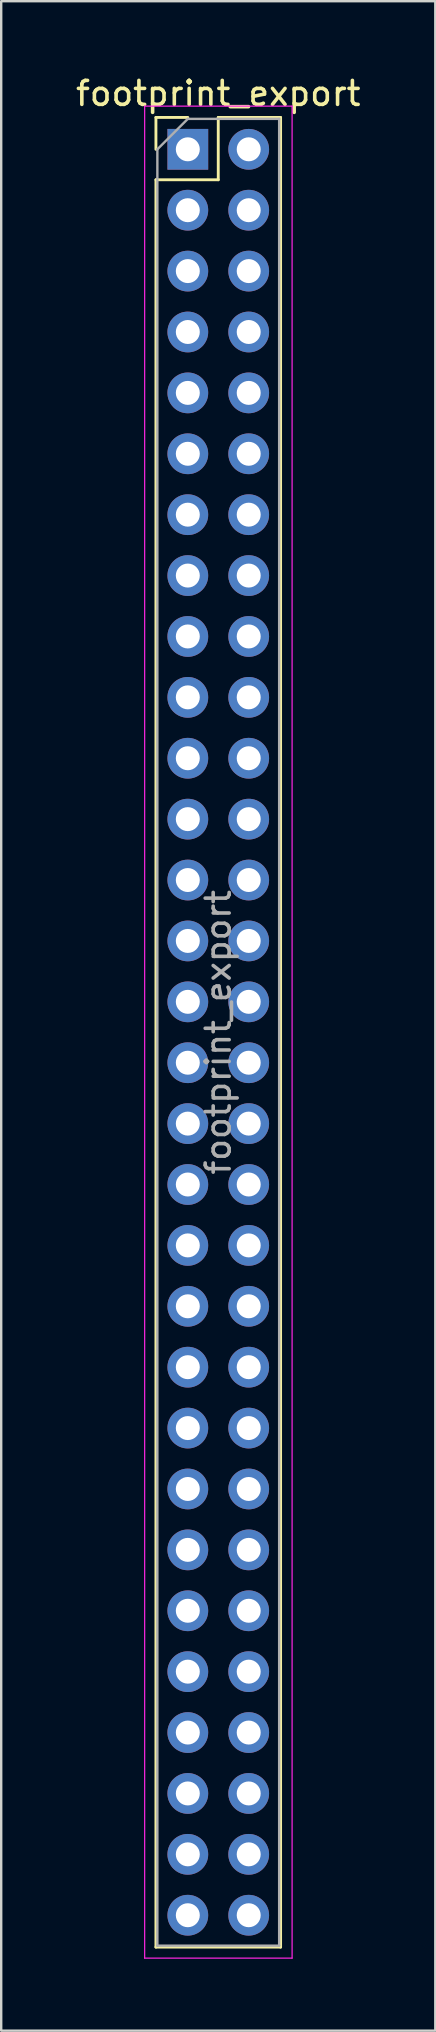
<source format=kicad_pcb>
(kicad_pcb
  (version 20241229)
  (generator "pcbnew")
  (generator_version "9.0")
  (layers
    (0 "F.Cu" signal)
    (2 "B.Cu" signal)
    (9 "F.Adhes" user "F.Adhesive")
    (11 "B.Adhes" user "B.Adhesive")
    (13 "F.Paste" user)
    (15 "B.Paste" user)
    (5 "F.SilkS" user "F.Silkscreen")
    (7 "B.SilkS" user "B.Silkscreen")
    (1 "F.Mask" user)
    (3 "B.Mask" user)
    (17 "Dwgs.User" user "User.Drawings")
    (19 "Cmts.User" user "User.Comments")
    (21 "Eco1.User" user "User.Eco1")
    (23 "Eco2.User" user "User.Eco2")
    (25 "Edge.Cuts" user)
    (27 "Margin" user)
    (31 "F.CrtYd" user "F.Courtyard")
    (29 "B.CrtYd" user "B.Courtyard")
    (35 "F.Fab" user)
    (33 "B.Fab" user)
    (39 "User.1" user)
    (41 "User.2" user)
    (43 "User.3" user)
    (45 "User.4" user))
  (footprint "footprint_export"
    (layer "F.Cu")
    (at 4.784 3.178)
    (property "Reference" "footprint_export" (at 1.27 -2.33 0) (layer "F.SilkS") (effects (font (size 1 1) (thickness 0.15))))
    (attr through_hole)
    (fp_line (start -1.33 -1.33) (end 0 -1.33) (stroke (width 0.12) (type solid)) (layer "F.SilkS"))
    (fp_line (start -1.33 0) (end -1.33 -1.33) (stroke (width 0.12) (type solid)) (layer "F.SilkS"))
    (fp_line (start -1.33 1.27) (end -1.33 74.99) (stroke (width 0.12) (type solid)) (layer "F.SilkS"))
    (fp_line (start -1.33 1.27) (end 1.27 1.27) (stroke (width 0.12) (type solid)) (layer "F.SilkS"))
    (fp_line (start -1.33 74.99) (end 3.87 74.99) (stroke (width 0.12) (type solid)) (layer "F.SilkS"))
    (fp_line (start 1.27 -1.33) (end 3.87 -1.33) (stroke (width 0.12) (type solid)) (layer "F.SilkS"))
    (fp_line (start 1.27 1.27) (end 1.27 -1.33) (stroke (width 0.12) (type solid)) (layer "F.SilkS"))
    (fp_line (start 3.87 -1.33) (end 3.87 74.99) (stroke (width 0.12) (type solid)) (layer "F.SilkS"))
    (fp_line (start -1.8 -1.8) (end -1.8 75.45) (stroke (width 0.05) (type solid)) (layer "F.CrtYd"))
    (fp_line (start -1.8 75.45) (end 4.35 75.45) (stroke (width 0.05) (type solid)) (layer "F.CrtYd"))
    (fp_line (start 4.35 -1.8) (end -1.8 -1.8) (stroke (width 0.05) (type solid)) (layer "F.CrtYd"))
    (fp_line (start 4.35 75.45) (end 4.35 -1.8) (stroke (width 0.05) (type solid)) (layer "F.CrtYd"))
    (fp_line (start -1.27 0) (end 0 -1.27) (stroke (width 0.1) (type solid)) (layer "F.Fab"))
    (fp_line (start -1.27 74.93) (end -1.27 0) (stroke (width 0.1) (type solid)) (layer "F.Fab"))
    (fp_line (start 0 -1.27) (end 3.81 -1.27) (stroke (width 0.1) (type solid)) (layer "F.Fab"))
    (fp_line (start 3.81 -1.27) (end 3.81 74.93) (stroke (width 0.1) (type solid)) (layer "F.Fab"))
    (fp_line (start 3.81 74.93) (end -1.27 74.93) (stroke (width 0.1) (type solid)) (layer "F.Fab"))
    (fp_text user "${REFERENCE}" (at 1.27 36.83 90) (layer "F.Fab") (effects (font (size 1 1) (thickness 0.15))))
    (pad "1" thru_hole rect (at 0 0) (size 1.7 1.7) (drill 1) (layers "*.Cu" "*.Mask"))
    (pad "2" thru_hole oval (at 2.54 0) (size 1.7 1.7) (drill 1) (layers "*.Cu" "*.Mask"))
    (pad "3" thru_hole oval (at 0 2.54) (size 1.7 1.7) (drill 1) (layers "*.Cu" "*.Mask"))
    (pad "4" thru_hole oval (at 2.54 2.54) (size 1.7 1.7) (drill 1) (layers "*.Cu" "*.Mask"))
    (pad "5" thru_hole oval (at 0 5.08) (size 1.7 1.7) (drill 1) (layers "*.Cu" "*.Mask"))
    (pad "6" thru_hole oval (at 2.54 5.08) (size 1.7 1.7) (drill 1) (layers "*.Cu" "*.Mask"))
    (pad "7" thru_hole oval (at 0 7.62) (size 1.7 1.7) (drill 1) (layers "*.Cu" "*.Mask"))
    (pad "8" thru_hole oval (at 2.54 7.62) (size 1.7 1.7) (drill 1) (layers "*.Cu" "*.Mask"))
    (pad "9" thru_hole oval (at 0 10.16) (size 1.7 1.7) (drill 1) (layers "*.Cu" "*.Mask"))
    (pad "10" thru_hole oval (at 2.54 10.16) (size 1.7 1.7) (drill 1) (layers "*.Cu" "*.Mask"))
    (pad "11" thru_hole oval (at 0 12.7) (size 1.7 1.7) (drill 1) (layers "*.Cu" "*.Mask"))
    (pad "12" thru_hole oval (at 2.54 12.7) (size 1.7 1.7) (drill 1) (layers "*.Cu" "*.Mask"))
    (pad "13" thru_hole oval (at 0 15.24) (size 1.7 1.7) (drill 1) (layers "*.Cu" "*.Mask"))
    (pad "14" thru_hole oval (at 2.54 15.24) (size 1.7 1.7) (drill 1) (layers "*.Cu" "*.Mask"))
    (pad "15" thru_hole oval (at 0 17.78) (size 1.7 1.7) (drill 1) (layers "*.Cu" "*.Mask"))
    (pad "16" thru_hole oval (at 2.54 17.78) (size 1.7 1.7) (drill 1) (layers "*.Cu" "*.Mask"))
    (pad "17" thru_hole oval (at 0 20.32) (size 1.7 1.7) (drill 1) (layers "*.Cu" "*.Mask"))
    (pad "18" thru_hole oval (at 2.54 20.32) (size 1.7 1.7) (drill 1) (layers "*.Cu" "*.Mask"))
    (pad "19" thru_hole oval (at 0 22.86) (size 1.7 1.7) (drill 1) (layers "*.Cu" "*.Mask"))
    (pad "20" thru_hole oval (at 2.54 22.86) (size 1.7 1.7) (drill 1) (layers "*.Cu" "*.Mask"))
    (pad "21" thru_hole oval (at 0 25.4) (size 1.7 1.7) (drill 1) (layers "*.Cu" "*.Mask"))
    (pad "22" thru_hole oval (at 2.54 25.4) (size 1.7 1.7) (drill 1) (layers "*.Cu" "*.Mask"))
    (pad "23" thru_hole oval (at 0 27.94) (size 1.7 1.7) (drill 1) (layers "*.Cu" "*.Mask"))
    (pad "24" thru_hole oval (at 2.54 27.94) (size 1.7 1.7) (drill 1) (layers "*.Cu" "*.Mask"))
    (pad "25" thru_hole oval (at 0 30.48) (size 1.7 1.7) (drill 1) (layers "*.Cu" "*.Mask"))
    (pad "26" thru_hole oval (at 2.54 30.48) (size 1.7 1.7) (drill 1) (layers "*.Cu" "*.Mask"))
    (pad "27" thru_hole oval (at 0 33.02) (size 1.7 1.7) (drill 1) (layers "*.Cu" "*.Mask"))
    (pad "28" thru_hole oval (at 2.54 33.02) (size 1.7 1.7) (drill 1) (layers "*.Cu" "*.Mask"))
    (pad "29" thru_hole oval (at 0 35.56) (size 1.7 1.7) (drill 1) (layers "*.Cu" "*.Mask"))
    (pad "30" thru_hole oval (at 2.54 35.56) (size 1.7 1.7) (drill 1) (layers "*.Cu" "*.Mask"))
    (pad "31" thru_hole oval (at 0 38.1) (size 1.7 1.7) (drill 1) (layers "*.Cu" "*.Mask"))
    (pad "32" thru_hole oval (at 2.54 38.1) (size 1.7 1.7) (drill 1) (layers "*.Cu" "*.Mask"))
    (pad "33" thru_hole oval (at 0 40.64) (size 1.7 1.7) (drill 1) (layers "*.Cu" "*.Mask"))
    (pad "34" thru_hole oval (at 2.54 40.64) (size 1.7 1.7) (drill 1) (layers "*.Cu" "*.Mask"))
    (pad "35" thru_hole oval (at 0 43.18) (size 1.7 1.7) (drill 1) (layers "*.Cu" "*.Mask"))
    (pad "36" thru_hole oval (at 2.54 43.18) (size 1.7 1.7) (drill 1) (layers "*.Cu" "*.Mask"))
    (pad "37" thru_hole oval (at 0 45.72) (size 1.7 1.7) (drill 1) (layers "*.Cu" "*.Mask"))
    (pad "38" thru_hole oval (at 2.54 45.72) (size 1.7 1.7) (drill 1) (layers "*.Cu" "*.Mask"))
    (pad "39" thru_hole oval (at 0 48.26) (size 1.7 1.7) (drill 1) (layers "*.Cu" "*.Mask"))
    (pad "40" thru_hole oval (at 2.54 48.26) (size 1.7 1.7) (drill 1) (layers "*.Cu" "*.Mask"))
    (pad "41" thru_hole oval (at 0 50.8) (size 1.7 1.7) (drill 1) (layers "*.Cu" "*.Mask"))
    (pad "42" thru_hole oval (at 2.54 50.8) (size 1.7 1.7) (drill 1) (layers "*.Cu" "*.Mask"))
    (pad "43" thru_hole oval (at 0 53.34) (size 1.7 1.7) (drill 1) (layers "*.Cu" "*.Mask"))
    (pad "44" thru_hole oval (at 2.54 53.34) (size 1.7 1.7) (drill 1) (layers "*.Cu" "*.Mask"))
    (pad "45" thru_hole oval (at 0 55.88) (size 1.7 1.7) (drill 1) (layers "*.Cu" "*.Mask"))
    (pad "46" thru_hole oval (at 2.54 55.88) (size 1.7 1.7) (drill 1) (layers "*.Cu" "*.Mask"))
    (pad "47" thru_hole oval (at 0 58.42) (size 1.7 1.7) (drill 1) (layers "*.Cu" "*.Mask"))
    (pad "48" thru_hole oval (at 2.54 58.42) (size 1.7 1.7) (drill 1) (layers "*.Cu" "*.Mask"))
    (pad "49" thru_hole oval (at 0 60.96) (size 1.7 1.7) (drill 1) (layers "*.Cu" "*.Mask"))
    (pad "50" thru_hole oval (at 2.54 60.96) (size 1.7 1.7) (drill 1) (layers "*.Cu" "*.Mask"))
    (pad "51" thru_hole oval (at 0 63.5) (size 1.7 1.7) (drill 1) (layers "*.Cu" "*.Mask"))
    (pad "52" thru_hole oval (at 2.54 63.5) (size 1.7 1.7) (drill 1) (layers "*.Cu" "*.Mask"))
    (pad "53" thru_hole oval (at 0 66.04) (size 1.7 1.7) (drill 1) (layers "*.Cu" "*.Mask"))
    (pad "54" thru_hole oval (at 2.54 66.04) (size 1.7 1.7) (drill 1) (layers "*.Cu" "*.Mask"))
    (pad "55" thru_hole oval (at 0 68.58) (size 1.7 1.7) (drill 1) (layers "*.Cu" "*.Mask"))
    (pad "56" thru_hole oval (at 2.54 68.58) (size 1.7 1.7) (drill 1) (layers "*.Cu" "*.Mask"))
    (pad "57" thru_hole oval (at 0 71.12) (size 1.7 1.7) (drill 1) (layers "*.Cu" "*.Mask"))
    (pad "58" thru_hole oval (at 2.54 71.12) (size 1.7 1.7) (drill 1) (layers "*.Cu" "*.Mask"))
    (pad "59" thru_hole oval (at 0 73.66) (size 1.7 1.7) (drill 1) (layers "*.Cu" "*.Mask"))
    (pad "60" thru_hole oval (at 2.54 73.66) (size 1.7 1.7) (drill 1) (layers "*.Cu" "*.Mask")))
  (gr_rect
    (start -3 -3)
    (end 15.107 81.653)
    (stroke (width 0.1) (type default))
    (fill no)
    (layer "Edge.Cuts")))
</source>
